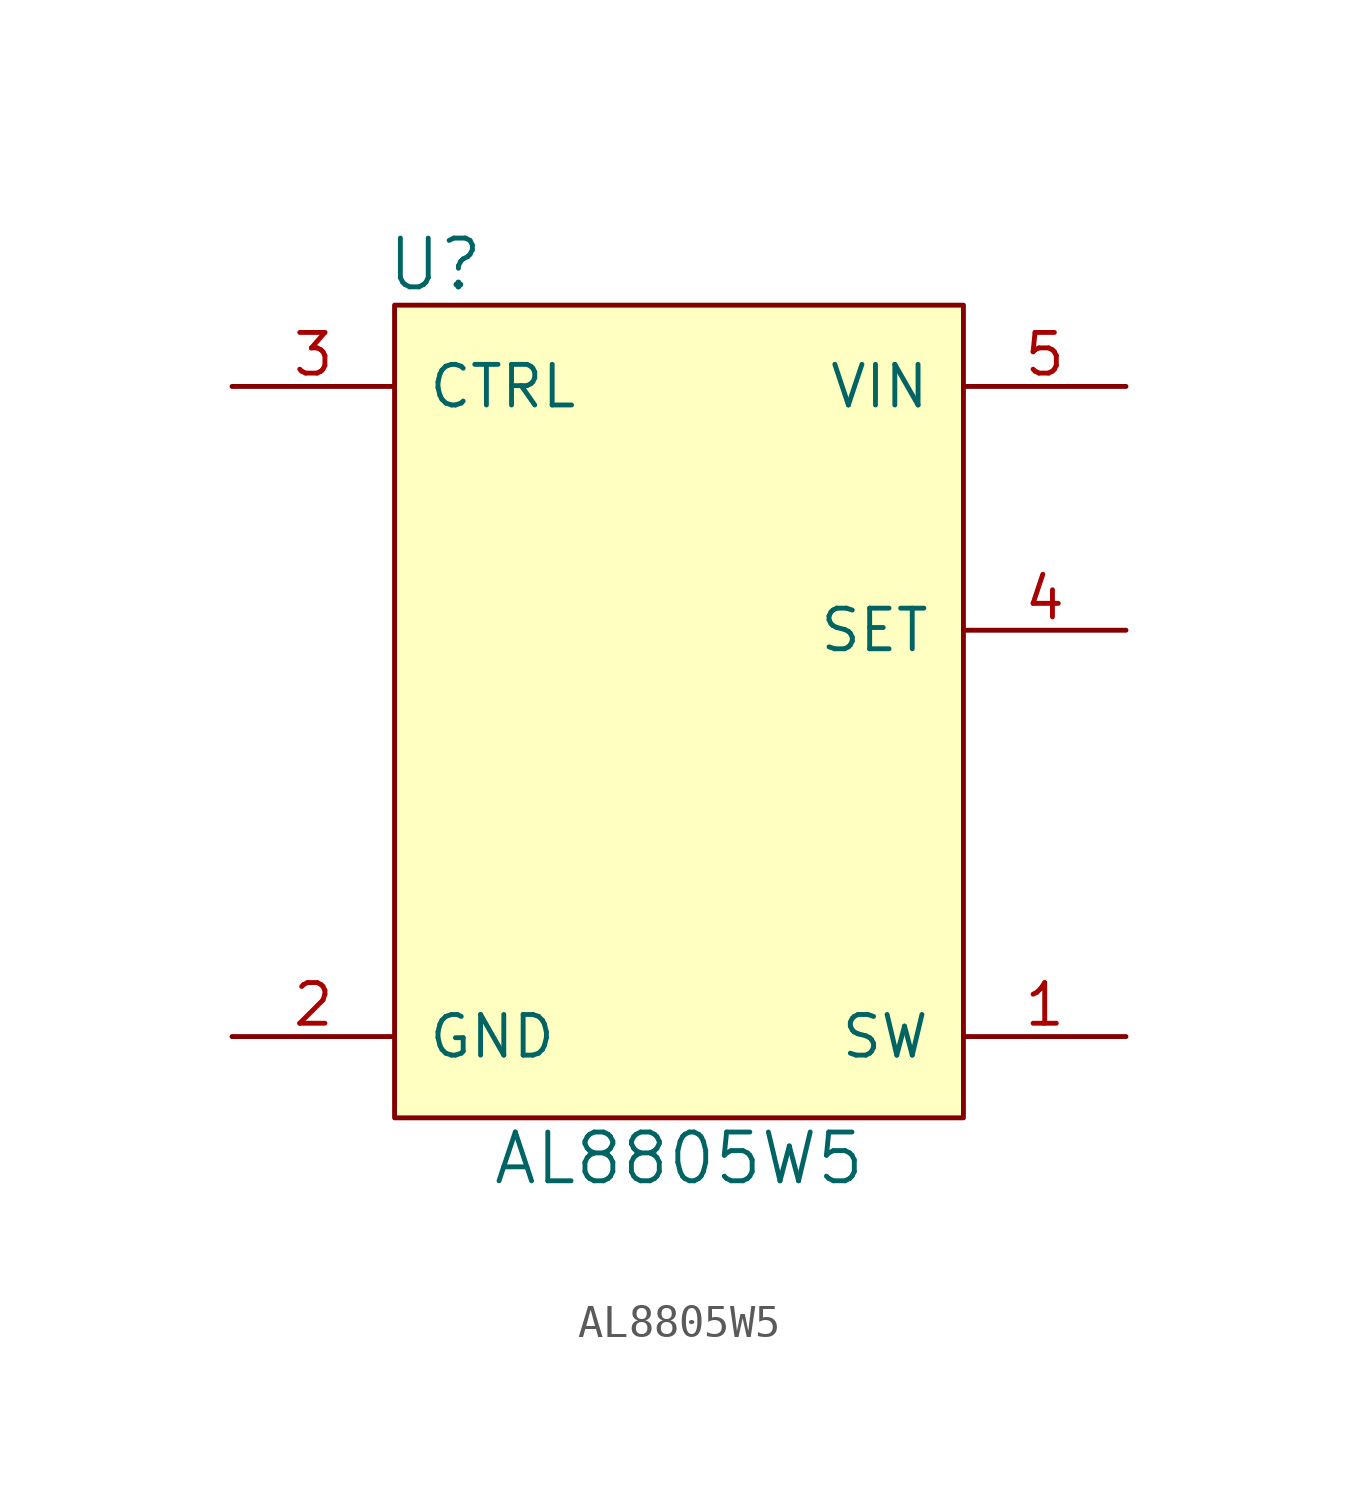
<source format=kicad_sym>
(kicad_symbol_lib
  (version 20241209)
  (generator "kicad_symbol_editor")
  (generator_version "9.0")
  (symbol "AL8805W5"
    (pin_names
      (offset 1.016))
    (property "Reference" "U"
      (at -7.62 12.7 0)
      (effects (font (size 1.524 1.524))))
    (property "Value" "AL8805W5"
      (at 0 -15.24 0)
      (effects (font (size 1.524 1.524))))
    (symbol "AL8805W5_0_1"
      (rectangle (start -8.89 11.43) (end 8.89 -13.97) (stroke (width 0) (type solid)) (fill (type background))))
    (symbol "AL8805W5_1_1"
      (pin input line (at -13.97 8.89 0) (length 5.08) (name "CTRL" (effects (font (size 1.27 1.27)))) (number "3" (effects (font (size 1.27 1.27)))))
      (pin input line (at -13.97 -11.43 0) (length 5.08) (name "GND" (effects (font (size 1.27 1.27)))) (number "2" (effects (font (size 1.27 1.27)))))
      (pin input line (at 13.97 8.89 180) (length 5.08) (name "VIN" (effects (font (size 1.27 1.27)))) (number "5" (effects (font (size 1.27 1.27)))))
      (pin input line (at 13.97 1.27 180) (length 5.08) (name "SET" (effects (font (size 1.27 1.27)))) (number "4" (effects (font (size 1.27 1.27)))))
      (pin input line (at 13.97 -11.43 180) (length 5.08) (name "SW" (effects (font (size 1.27 1.27)))) (number "1" (effects (font (size 1.27 1.27))))))))
</source>
